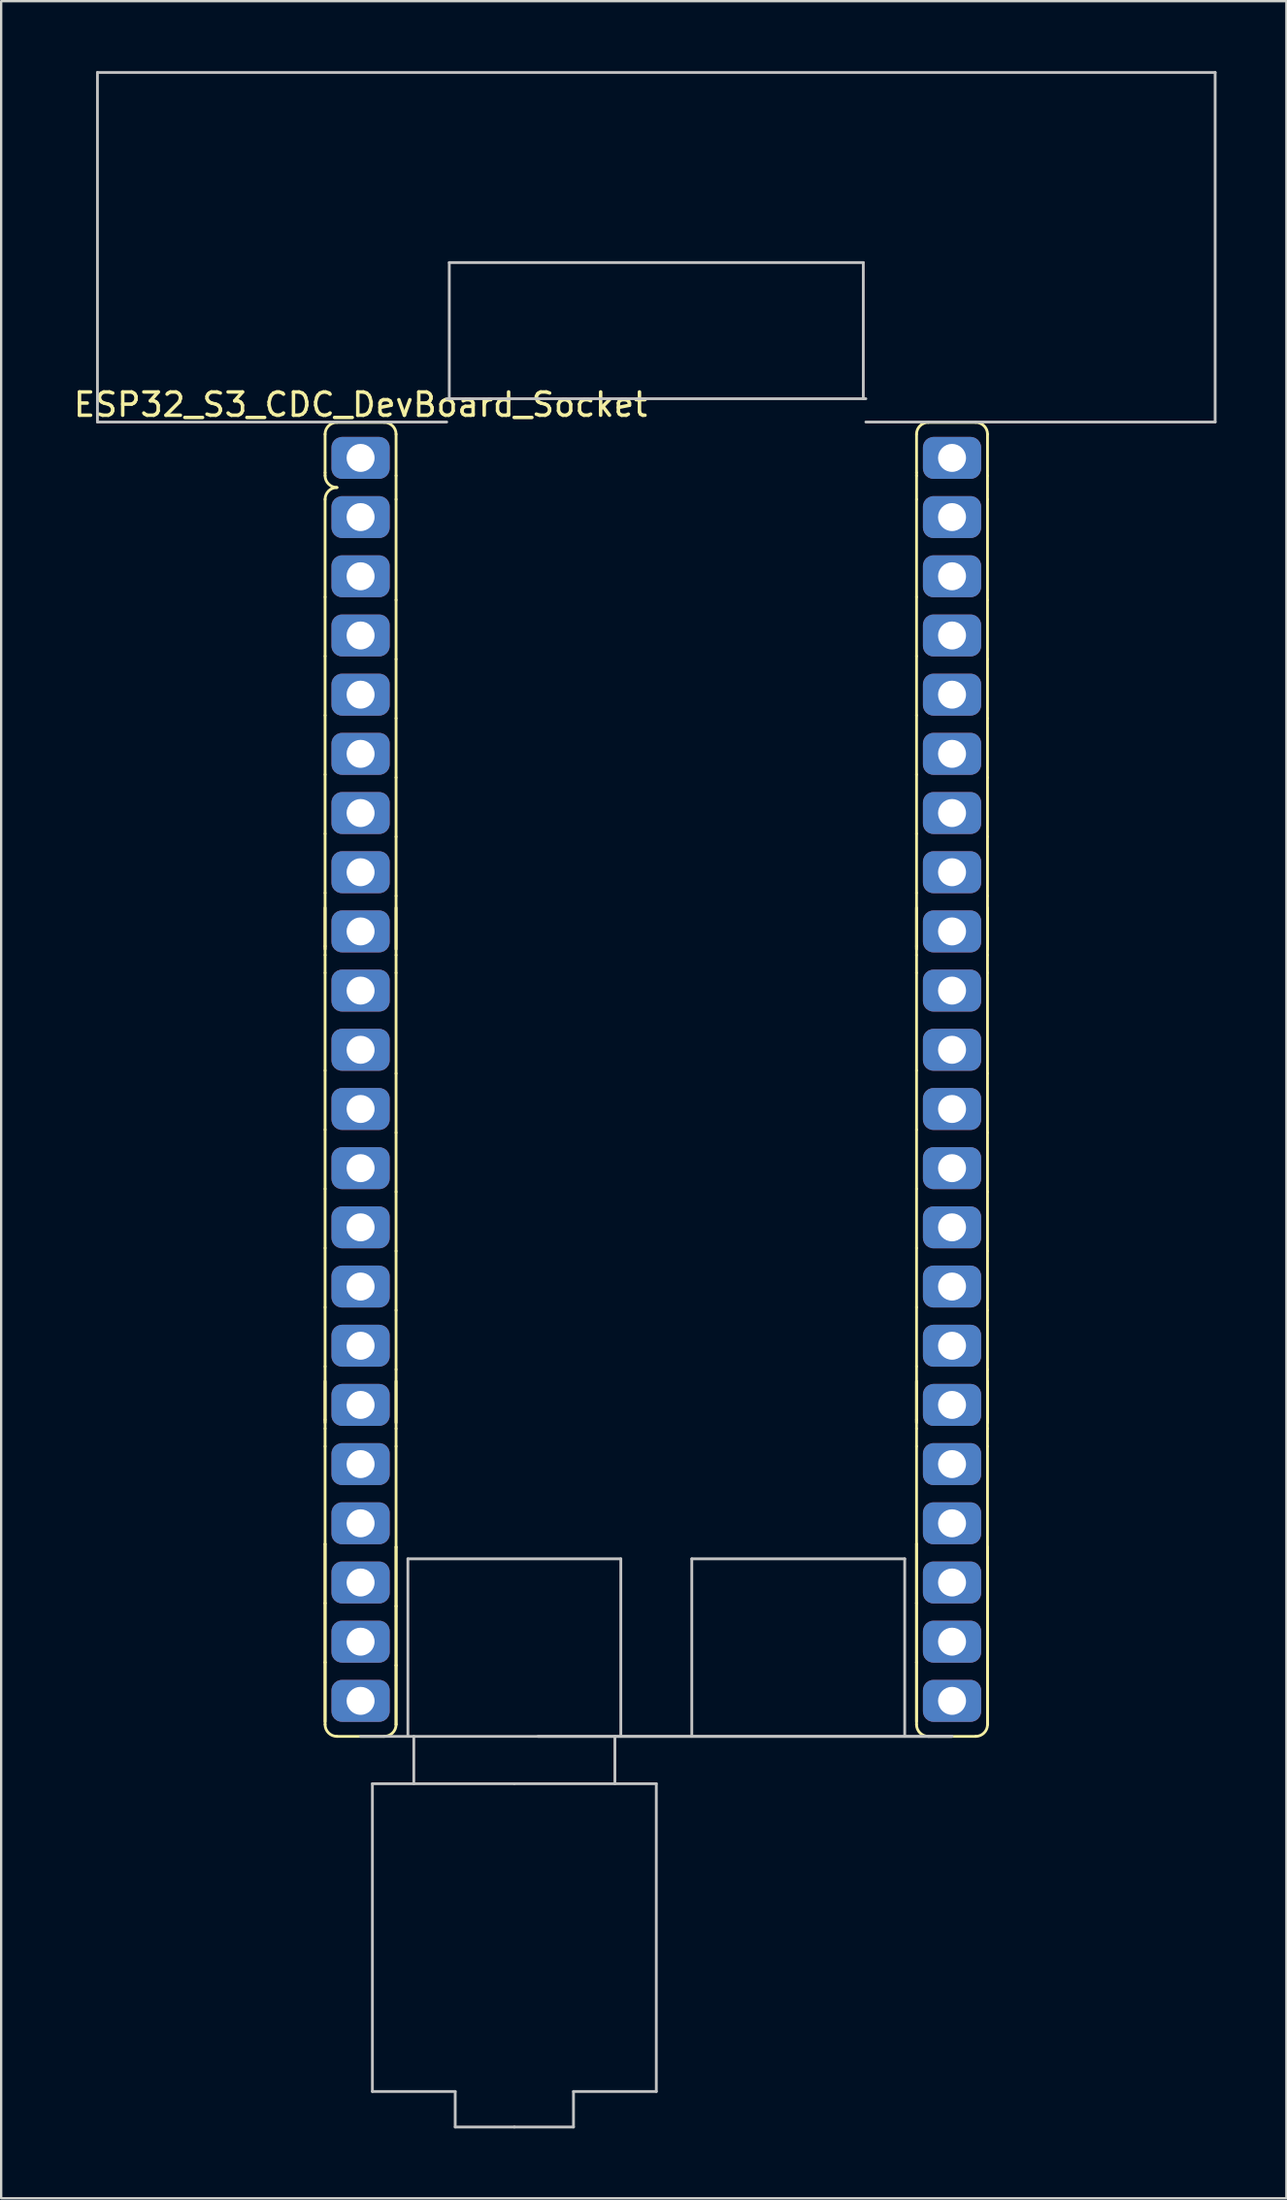
<source format=kicad_pcb>
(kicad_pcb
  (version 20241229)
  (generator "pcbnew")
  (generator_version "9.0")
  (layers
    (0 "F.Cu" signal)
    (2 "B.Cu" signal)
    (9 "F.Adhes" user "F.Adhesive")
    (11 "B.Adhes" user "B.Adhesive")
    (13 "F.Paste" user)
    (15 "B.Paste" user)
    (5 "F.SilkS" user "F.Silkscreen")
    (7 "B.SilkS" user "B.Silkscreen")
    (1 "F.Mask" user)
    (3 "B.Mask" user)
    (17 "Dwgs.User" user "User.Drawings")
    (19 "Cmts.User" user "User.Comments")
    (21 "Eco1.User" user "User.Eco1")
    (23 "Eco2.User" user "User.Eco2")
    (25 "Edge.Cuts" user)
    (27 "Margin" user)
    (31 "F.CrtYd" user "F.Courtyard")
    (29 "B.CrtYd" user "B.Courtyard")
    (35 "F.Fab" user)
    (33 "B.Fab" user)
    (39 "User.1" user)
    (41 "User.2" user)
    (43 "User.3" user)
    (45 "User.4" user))
  (footprint "ESP32_S3_CDC_DevBoard_Socket"
    (layer "F.Cu")
    (at 12.435 16.6)
    (property "Reference" "ESP32_S3_CDC_DevBoard_Socket" (at 0 -2.286 0) (layer "F.SilkS") (effects (font (size 1 1) (thickness 0.15))))
    (attr through_hole)
    (fp_line (start -1.524 0.635) (end -1.524 -1.016) (stroke (width 0.12) (type solid)) (layer "F.SilkS"))
    (fp_line (start -1.524 0.762) (end -1.524 0.635) (stroke (width 0.12) (type solid)) (layer "F.SilkS"))
    (fp_line (start -1.524 5.969) (end -1.524 1.778) (stroke (width 0.12) (type solid)) (layer "F.SilkS"))
    (fp_line (start -1.524 8.509) (end -1.524 5.969) (stroke (width 0.12) (type solid)) (layer "F.SilkS"))
    (fp_line (start -1.524 11.049) (end -1.524 8.509) (stroke (width 0.12) (type solid)) (layer "F.SilkS"))
    (fp_line (start -1.524 13.589) (end -1.524 11.049) (stroke (width 0.12) (type solid)) (layer "F.SilkS"))
    (fp_line (start -1.524 16.129) (end -1.524 13.589) (stroke (width 0.12) (type solid)) (layer "F.SilkS"))
    (fp_line (start -1.524 18.669) (end -1.524 16.129) (stroke (width 0.12) (type solid)) (layer "F.SilkS"))
    (fp_line (start -1.524 18.669) (end -1.524 21.336) (stroke (width 0.12) (type solid)) (layer "F.SilkS"))
    (fp_line (start -1.524 20.955) (end -1.524 19.304) (stroke (width 0.12) (type solid)) (layer "F.SilkS"))
    (fp_line (start -1.524 21.082) (end -1.524 20.955) (stroke (width 0.12) (type solid)) (layer "F.SilkS"))
    (fp_line (start -1.524 21.336) (end -1.524 22.098) (stroke (width 0.12) (type solid)) (layer "F.SilkS"))
    (fp_line (start -1.524 26.289) (end -1.524 22.098) (stroke (width 0.12) (type solid)) (layer "F.SilkS"))
    (fp_line (start -1.524 28.829) (end -1.524 26.289) (stroke (width 0.12) (type solid)) (layer "F.SilkS"))
    (fp_line (start -1.524 31.369) (end -1.524 28.829) (stroke (width 0.12) (type solid)) (layer "F.SilkS"))
    (fp_line (start -1.524 33.909) (end -1.524 31.369) (stroke (width 0.12) (type solid)) (layer "F.SilkS"))
    (fp_line (start -1.524 36.449) (end -1.524 33.909) (stroke (width 0.12) (type solid)) (layer "F.SilkS"))
    (fp_line (start -1.524 38.989) (end -1.524 36.449) (stroke (width 0.12) (type solid)) (layer "F.SilkS"))
    (fp_line (start -1.524 38.989) (end -1.524 41.656) (stroke (width 0.12) (type solid)) (layer "F.SilkS"))
    (fp_line (start -1.524 41.275) (end -1.524 39.624) (stroke (width 0.12) (type solid)) (layer "F.SilkS"))
    (fp_line (start -1.524 41.402) (end -1.524 41.275) (stroke (width 0.12) (type solid)) (layer "F.SilkS"))
    (fp_line (start -1.524 41.656) (end -1.524 42.418) (stroke (width 0.12) (type solid)) (layer "F.SilkS"))
    (fp_line (start -1.524 46.609) (end -1.524 42.418) (stroke (width 0.12) (type solid)) (layer "F.SilkS"))
    (fp_line (start -1.524 49.149) (end -1.524 46.609) (stroke (width 0.12) (type solid)) (layer "F.SilkS"))
    (fp_line (start -1.524 49.149) (end -1.524 46.609) (stroke (width 0.12) (type solid)) (layer "F.SilkS"))
    (fp_line (start -1.524 51.689) (end -1.524 49.149) (stroke (width 0.12) (type solid)) (layer "F.SilkS"))
    (fp_line (start -1.524 51.689) (end -1.524 49.149) (stroke (width 0.12) (type solid)) (layer "F.SilkS"))
    (fp_line (start -1.524 51.689) (end -1.524 54.356) (stroke (width 0.12) (type solid)) (layer "F.SilkS"))
    (fp_line (start -1.524 54.229) (end -1.524 51.689) (stroke (width 0.12) (type solid)) (layer "F.SilkS"))
    (fp_line (start -1.016 -1.524) (end 1.016 -1.524) (stroke (width 0.12) (type solid)) (layer "F.SilkS"))
    (fp_line (start -1.016 54.864) (end 1.016 54.864) (stroke (width 0.12) (type solid)) (layer "F.SilkS"))
    (fp_line (start 1.524 -1.016) (end 1.524 0.762) (stroke (width 0.12) (type solid)) (layer "F.SilkS"))
    (fp_line (start 1.524 0.762) (end 1.524 1.778) (stroke (width 0.12) (type solid)) (layer "F.SilkS"))
    (fp_line (start 1.524 6.096) (end 1.524 1.778) (stroke (width 0.12) (type solid)) (layer "F.SilkS"))
    (fp_line (start 1.524 8.636) (end 1.524 6.096) (stroke (width 0.12) (type solid)) (layer "F.SilkS"))
    (fp_line (start 1.524 11.176) (end 1.524 8.636) (stroke (width 0.12) (type solid)) (layer "F.SilkS"))
    (fp_line (start 1.524 13.716) (end 1.524 11.176) (stroke (width 0.12) (type solid)) (layer "F.SilkS"))
    (fp_line (start 1.524 16.256) (end 1.524 13.716) (stroke (width 0.12) (type solid)) (layer "F.SilkS"))
    (fp_line (start 1.524 18.796) (end 1.524 16.256) (stroke (width 0.12) (type solid)) (layer "F.SilkS"))
    (fp_line (start 1.524 19.304) (end 1.524 21.082) (stroke (width 0.12) (type solid)) (layer "F.SilkS"))
    (fp_line (start 1.524 21.336) (end 1.524 18.796) (stroke (width 0.12) (type solid)) (layer "F.SilkS"))
    (fp_line (start 1.524 21.336) (end 1.524 22.098) (stroke (width 0.12) (type solid)) (layer "F.SilkS"))
    (fp_line (start 1.524 26.416) (end 1.524 22.098) (stroke (width 0.12) (type solid)) (layer "F.SilkS"))
    (fp_line (start 1.524 28.956) (end 1.524 26.416) (stroke (width 0.12) (type solid)) (layer "F.SilkS"))
    (fp_line (start 1.524 31.496) (end 1.524 28.956) (stroke (width 0.12) (type solid)) (layer "F.SilkS"))
    (fp_line (start 1.524 34.036) (end 1.524 31.496) (stroke (width 0.12) (type solid)) (layer "F.SilkS"))
    (fp_line (start 1.524 36.576) (end 1.524 34.036) (stroke (width 0.12) (type solid)) (layer "F.SilkS"))
    (fp_line (start 1.524 39.116) (end 1.524 36.576) (stroke (width 0.12) (type solid)) (layer "F.SilkS"))
    (fp_line (start 1.524 39.624) (end 1.524 41.402) (stroke (width 0.12) (type solid)) (layer "F.SilkS"))
    (fp_line (start 1.524 41.656) (end 1.524 39.116) (stroke (width 0.12) (type solid)) (layer "F.SilkS"))
    (fp_line (start 1.524 41.656) (end 1.524 42.418) (stroke (width 0.12) (type solid)) (layer "F.SilkS"))
    (fp_line (start 1.524 46.736) (end 1.524 42.418) (stroke (width 0.12) (type solid)) (layer "F.SilkS"))
    (fp_line (start 1.524 49.276) (end 1.524 46.736) (stroke (width 0.12) (type solid)) (layer "F.SilkS"))
    (fp_line (start 1.524 49.276) (end 1.524 46.736) (stroke (width 0.12) (type solid)) (layer "F.SilkS"))
    (fp_line (start 1.524 51.816) (end 1.524 49.276) (stroke (width 0.12) (type solid)) (layer "F.SilkS"))
    (fp_line (start 1.524 51.816) (end 1.524 49.276) (stroke (width 0.12) (type solid)) (layer "F.SilkS"))
    (fp_line (start 1.524 54.356) (end 1.524 51.816) (stroke (width 0.12) (type solid)) (layer "F.SilkS"))
    (fp_line (start 1.524 54.356) (end 1.524 51.816) (stroke (width 0.12) (type solid)) (layer "F.SilkS"))
    (fp_line (start 23.876 0.635) (end 23.876 -1.016) (stroke (width 0.12) (type solid)) (layer "F.SilkS"))
    (fp_line (start 23.876 0.762) (end 23.876 0.635) (stroke (width 0.12) (type solid)) (layer "F.SilkS"))
    (fp_line (start 23.876 0.762) (end 23.876 1.778) (stroke (width 0.12) (type solid)) (layer "F.SilkS"))
    (fp_line (start 23.876 5.969) (end 23.876 1.778) (stroke (width 0.12) (type solid)) (layer "F.SilkS"))
    (fp_line (start 23.876 8.509) (end 23.876 5.969) (stroke (width 0.12) (type solid)) (layer "F.SilkS"))
    (fp_line (start 23.876 11.049) (end 23.876 8.509) (stroke (width 0.12) (type solid)) (layer "F.SilkS"))
    (fp_line (start 23.876 13.589) (end 23.876 11.049) (stroke (width 0.12) (type solid)) (layer "F.SilkS"))
    (fp_line (start 23.876 16.129) (end 23.876 13.589) (stroke (width 0.12) (type solid)) (layer "F.SilkS"))
    (fp_line (start 23.876 18.669) (end 23.876 16.129) (stroke (width 0.12) (type solid)) (layer "F.SilkS"))
    (fp_line (start 23.876 18.669) (end 23.876 21.336) (stroke (width 0.12) (type solid)) (layer "F.SilkS"))
    (fp_line (start 23.876 20.955) (end 23.876 19.304) (stroke (width 0.12) (type solid)) (layer "F.SilkS"))
    (fp_line (start 23.876 21.082) (end 23.876 20.955) (stroke (width 0.12) (type solid)) (layer "F.SilkS"))
    (fp_line (start 23.876 21.336) (end 23.876 22.098) (stroke (width 0.12) (type solid)) (layer "F.SilkS"))
    (fp_line (start 23.876 26.289) (end 23.876 22.098) (stroke (width 0.12) (type solid)) (layer "F.SilkS"))
    (fp_line (start 23.876 28.829) (end 23.876 26.289) (stroke (width 0.12) (type solid)) (layer "F.SilkS"))
    (fp_line (start 23.876 31.369) (end 23.876 28.829) (stroke (width 0.12) (type solid)) (layer "F.SilkS"))
    (fp_line (start 23.876 33.909) (end 23.876 31.369) (stroke (width 0.12) (type solid)) (layer "F.SilkS"))
    (fp_line (start 23.876 36.449) (end 23.876 33.909) (stroke (width 0.12) (type solid)) (layer "F.SilkS"))
    (fp_line (start 23.876 38.989) (end 23.876 36.449) (stroke (width 0.12) (type solid)) (layer "F.SilkS"))
    (fp_line (start 23.876 38.989) (end 23.876 41.656) (stroke (width 0.12) (type solid)) (layer "F.SilkS"))
    (fp_line (start 23.876 41.275) (end 23.876 39.624) (stroke (width 0.12) (type solid)) (layer "F.SilkS"))
    (fp_line (start 23.876 41.402) (end 23.876 41.275) (stroke (width 0.12) (type solid)) (layer "F.SilkS"))
    (fp_line (start 23.876 41.656) (end 23.876 42.418) (stroke (width 0.12) (type solid)) (layer "F.SilkS"))
    (fp_line (start 23.876 46.609) (end 23.876 42.418) (stroke (width 0.12) (type solid)) (layer "F.SilkS"))
    (fp_line (start 23.876 49.149) (end 23.876 46.609) (stroke (width 0.12) (type solid)) (layer "F.SilkS"))
    (fp_line (start 23.876 49.149) (end 23.876 46.609) (stroke (width 0.12) (type solid)) (layer "F.SilkS"))
    (fp_line (start 23.876 51.689) (end 23.876 49.149) (stroke (width 0.12) (type solid)) (layer "F.SilkS"))
    (fp_line (start 23.876 51.689) (end 23.876 49.149) (stroke (width 0.12) (type solid)) (layer "F.SilkS"))
    (fp_line (start 23.876 51.689) (end 23.876 54.356) (stroke (width 0.12) (type solid)) (layer "F.SilkS"))
    (fp_line (start 23.876 54.229) (end 23.876 51.689) (stroke (width 0.12) (type solid)) (layer "F.SilkS"))
    (fp_line (start 24.384 -1.524) (end 26.416 -1.524) (stroke (width 0.12) (type solid)) (layer "F.SilkS"))
    (fp_line (start 24.384 54.864) (end 26.416 54.864) (stroke (width 0.12) (type solid)) (layer "F.SilkS"))
    (fp_line (start 26.924 -1.016) (end 26.924 0.762) (stroke (width 0.12) (type solid)) (layer "F.SilkS"))
    (fp_line (start 26.924 0.762) (end 26.924 1.778) (stroke (width 0.12) (type solid)) (layer "F.SilkS"))
    (fp_line (start 26.924 6.096) (end 26.924 1.778) (stroke (width 0.12) (type solid)) (layer "F.SilkS"))
    (fp_line (start 26.924 8.636) (end 26.924 6.096) (stroke (width 0.12) (type solid)) (layer "F.SilkS"))
    (fp_line (start 26.924 11.176) (end 26.924 8.636) (stroke (width 0.12) (type solid)) (layer "F.SilkS"))
    (fp_line (start 26.924 13.716) (end 26.924 11.176) (stroke (width 0.12) (type solid)) (layer "F.SilkS"))
    (fp_line (start 26.924 16.256) (end 26.924 13.716) (stroke (width 0.12) (type solid)) (layer "F.SilkS"))
    (fp_line (start 26.924 18.796) (end 26.924 16.256) (stroke (width 0.12) (type solid)) (layer "F.SilkS"))
    (fp_line (start 26.924 19.304) (end 26.924 21.082) (stroke (width 0.12) (type solid)) (layer "F.SilkS"))
    (fp_line (start 26.924 21.336) (end 26.924 18.796) (stroke (width 0.12) (type solid)) (layer "F.SilkS"))
    (fp_line (start 26.924 21.336) (end 26.924 22.098) (stroke (width 0.12) (type solid)) (layer "F.SilkS"))
    (fp_line (start 26.924 26.416) (end 26.924 22.098) (stroke (width 0.12) (type solid)) (layer "F.SilkS"))
    (fp_line (start 26.924 28.956) (end 26.924 26.416) (stroke (width 0.12) (type solid)) (layer "F.SilkS"))
    (fp_line (start 26.924 31.496) (end 26.924 28.956) (stroke (width 0.12) (type solid)) (layer "F.SilkS"))
    (fp_line (start 26.924 34.036) (end 26.924 31.496) (stroke (width 0.12) (type solid)) (layer "F.SilkS"))
    (fp_line (start 26.924 36.576) (end 26.924 34.036) (stroke (width 0.12) (type solid)) (layer "F.SilkS"))
    (fp_line (start 26.924 39.116) (end 26.924 36.576) (stroke (width 0.12) (type solid)) (layer "F.SilkS"))
    (fp_line (start 26.924 39.624) (end 26.924 41.402) (stroke (width 0.12) (type solid)) (layer "F.SilkS"))
    (fp_line (start 26.924 41.656) (end 26.924 39.116) (stroke (width 0.12) (type solid)) (layer "F.SilkS"))
    (fp_line (start 26.924 41.656) (end 26.924 42.418) (stroke (width 0.12) (type solid)) (layer "F.SilkS"))
    (fp_line (start 26.924 46.736) (end 26.924 42.418) (stroke (width 0.12) (type solid)) (layer "F.SilkS"))
    (fp_line (start 26.924 49.276) (end 26.924 46.736) (stroke (width 0.12) (type solid)) (layer "F.SilkS"))
    (fp_line (start 26.924 49.276) (end 26.924 46.736) (stroke (width 0.12) (type solid)) (layer "F.SilkS"))
    (fp_line (start 26.924 51.816) (end 26.924 49.276) (stroke (width 0.12) (type solid)) (layer "F.SilkS"))
    (fp_line (start 26.924 51.816) (end 26.924 49.276) (stroke (width 0.12) (type solid)) (layer "F.SilkS"))
    (fp_line (start 26.924 54.356) (end 26.924 51.816) (stroke (width 0.12) (type solid)) (layer "F.SilkS"))
    (fp_line (start 26.924 54.356) (end 26.924 51.816) (stroke (width 0.12) (type solid)) (layer "F.SilkS"))
    (fp_arc (start -1.524 -1.016) (mid -1.37521 -1.37521) (end -1.016 -1.524) (stroke (width 0.12) (type solid)) (layer "F.SilkS"))
    (fp_arc (start -1.524 1.778) (mid -1.37521 1.41879) (end -1.016 1.27) (stroke (width 0.12) (type solid)) (layer "F.SilkS"))
    (fp_arc (start -1.016 1.27) (mid -1.37521 1.12121) (end -1.524 0.762) (stroke (width 0.12) (type solid)) (layer "F.SilkS"))
    (fp_arc (start -1.016 54.864) (mid -1.37521 54.71521) (end -1.524 54.356) (stroke (width 0.12) (type solid)) (layer "F.SilkS"))
    (fp_arc (start 1.016 -1.524) (mid 1.37521 -1.37521) (end 1.524 -1.016) (stroke (width 0.12) (type solid)) (layer "F.SilkS"))
    (fp_arc (start 1.524 54.356) (mid 1.37521 54.71521) (end 1.016 54.864) (stroke (width 0.12) (type solid)) (layer "F.SilkS"))
    (fp_arc (start 23.876 -1.016) (mid 24.02479 -1.37521) (end 24.384 -1.524) (stroke (width 0.12) (type solid)) (layer "F.SilkS"))
    (fp_arc (start 24.384 54.864) (mid 24.02479 54.71521) (end 23.876 54.356) (stroke (width 0.12) (type solid)) (layer "F.SilkS"))
    (fp_arc (start 26.416 -1.524) (mid 26.77521 -1.37521) (end 26.924 -1.016) (stroke (width 0.12) (type solid)) (layer "F.SilkS"))
    (fp_arc (start 26.924 54.356) (mid 26.77521 54.71521) (end 26.416 54.864) (stroke (width 0.12) (type solid)) (layer "F.SilkS"))
    (fp_line (start -11.3 -1.54) (end -11.3 -16.54) (stroke (width 0.12) (type solid)) (layer "Dwgs.User"))
    (fp_line (start 0 54.864) (end 25.4 54.864) (stroke (width 0.12) (type solid)) (layer "Dwgs.User"))
    (fp_line (start 0.508 56.896) (end 0.508 70.104) (stroke (width 0.12) (type solid)) (layer "Dwgs.User"))
    (fp_line (start 0.508 70.104) (end 4.064 70.104) (stroke (width 0.12) (type solid)) (layer "Dwgs.User"))
    (fp_line (start 2.032 47.244) (end 2.032 54.864) (stroke (width 0.12) (type solid)) (layer "Dwgs.User"))
    (fp_line (start 2.286 54.864) (end 2.286 56.896) (stroke (width 0.12) (type solid)) (layer "Dwgs.User"))
    (fp_line (start 3.7 -1.54) (end -11.3 -1.54) (stroke (width 0.12) (type solid)) (layer "Dwgs.User"))
    (fp_line (start 3.81 -2.54) (end 3.81 -8.382) (stroke (width 0.12) (type solid)) (layer "Dwgs.User"))
    (fp_line (start 4.064 70.104) (end 4.064 71.628) (stroke (width 0.12) (type solid)) (layer "Dwgs.User"))
    (fp_line (start 4.064 71.628) (end 6.604 71.628) (stroke (width 0.12) (type solid)) (layer "Dwgs.User"))
    (fp_line (start 6.604 56.896) (end 0.508 56.896) (stroke (width 0.12) (type solid)) (layer "Dwgs.User"))
    (fp_line (start 6.604 56.896) (end 12.7 56.896) (stroke (width 0.12) (type solid)) (layer "Dwgs.User"))
    (fp_line (start 9.144 70.104) (end 9.144 71.628) (stroke (width 0.12) (type solid)) (layer "Dwgs.User"))
    (fp_line (start 9.144 71.628) (end 6.604 71.628) (stroke (width 0.12) (type solid)) (layer "Dwgs.User"))
    (fp_line (start 10.922 54.864) (end 10.922 56.896) (stroke (width 0.12) (type solid)) (layer "Dwgs.User"))
    (fp_line (start 11.176 47.244) (end 2.032 47.244) (stroke (width 0.12) (type solid)) (layer "Dwgs.User"))
    (fp_line (start 11.176 54.864) (end 11.176 47.244) (stroke (width 0.12) (type solid)) (layer "Dwgs.User"))
    (fp_line (start 12.7 56.896) (end 12.7 70.104) (stroke (width 0.12) (type solid)) (layer "Dwgs.User"))
    (fp_line (start 12.7 70.104) (end 9.144 70.104) (stroke (width 0.12) (type solid)) (layer "Dwgs.User"))
    (fp_line (start 14.224 47.244) (end 23.368 47.244) (stroke (width 0.12) (type solid)) (layer "Dwgs.User"))
    (fp_line (start 14.224 54.864) (end 14.224 47.244) (stroke (width 0.12) (type solid)) (layer "Dwgs.User"))
    (fp_line (start 21.59 -8.382) (end 3.81 -8.382) (stroke (width 0.12) (type solid)) (layer "Dwgs.User"))
    (fp_line (start 21.59 -2.54) (end 21.59 -8.382) (stroke (width 0.12) (type solid)) (layer "Dwgs.User"))
    (fp_line (start 21.7 -2.54) (end 3.7 -2.54) (stroke (width 0.12) (type solid)) (layer "Dwgs.User"))
    (fp_line (start 23.368 47.244) (end 23.368 54.864) (stroke (width 0.12) (type solid)) (layer "Dwgs.User"))
    (fp_line (start 25.4 54.864) (end 7.62 54.864) (stroke (width 0.12) (type solid)) (layer "Dwgs.User"))
    (fp_line (start 36.7 -16.54) (end -11.3 -16.54) (stroke (width 0.12) (type solid)) (layer "Dwgs.User"))
    (fp_line (start 36.7 -16.54) (end 36.7 -1.54) (stroke (width 0.12) (type solid)) (layer "Dwgs.User"))
    (fp_line (start 36.7 -1.54) (end 21.7 -1.54) (stroke (width 0.12) (type solid)) (layer "Dwgs.User"))
    (pad "1" thru_hole roundrect (at 0 0) (size 2.5 1.8) (drill 1.2) (layers "*.Cu" "*.Mask") (roundrect_rratio 0.25))
    (pad "1" thru_hole roundrect (at 25.4 0) (size 2.5 1.8) (drill 1.2) (layers "*.Cu" "*.Mask") (roundrect_rratio 0.25))
    (pad "2" thru_hole roundrect (at 0 2.54) (size 2.5 1.8) (drill 1.2) (layers "*.Cu" "*.Mask") (roundrect_rratio 0.25))
    (pad "2" thru_hole roundrect (at 25.4 2.54) (size 2.5 1.8) (drill 1.2) (layers "*.Cu" "*.Mask") (roundrect_rratio 0.25))
    (pad "3" thru_hole roundrect (at 0 5.08) (size 2.5 1.8) (drill 1.2) (layers "*.Cu" "*.Mask") (roundrect_rratio 0.25))
    (pad "3" thru_hole roundrect (at 25.4 5.08) (size 2.5 1.8) (drill 1.2) (layers "*.Cu" "*.Mask") (roundrect_rratio 0.25))
    (pad "4" thru_hole roundrect (at 0 7.62) (size 2.5 1.8) (drill 1.2) (layers "*.Cu" "*.Mask") (roundrect_rratio 0.25))
    (pad "4" thru_hole roundrect (at 25.4 7.62) (size 2.5 1.8) (drill 1.2) (layers "*.Cu" "*.Mask") (roundrect_rratio 0.25))
    (pad "5" thru_hole roundrect (at 0 10.16) (size 2.5 1.8) (drill 1.2) (layers "*.Cu" "*.Mask") (roundrect_rratio 0.25))
    (pad "5" thru_hole roundrect (at 25.4 10.16) (size 2.5 1.8) (drill 1.2) (layers "*.Cu" "*.Mask") (roundrect_rratio 0.25))
    (pad "6" thru_hole roundrect (at 0 12.7) (size 2.5 1.8) (drill 1.2) (layers "*.Cu" "*.Mask") (roundrect_rratio 0.25))
    (pad "6" thru_hole roundrect (at 25.4 12.7) (size 2.5 1.8) (drill 1.2) (layers "*.Cu" "*.Mask") (roundrect_rratio 0.25))
    (pad "7" thru_hole roundrect (at 0 15.24) (size 2.5 1.8) (drill 1.2) (layers "*.Cu" "*.Mask") (roundrect_rratio 0.25))
    (pad "7" thru_hole roundrect (at 25.4 15.24) (size 2.5 1.8) (drill 1.2) (layers "*.Cu" "*.Mask") (roundrect_rratio 0.25))
    (pad "8" thru_hole roundrect (at 0 17.78) (size 2.5 1.8) (drill 1.2) (layers "*.Cu" "*.Mask") (roundrect_rratio 0.25))
    (pad "8" thru_hole roundrect (at 25.4 17.78) (size 2.5 1.8) (drill 1.2) (layers "*.Cu" "*.Mask") (roundrect_rratio 0.25))
    (pad "9" thru_hole roundrect (at 0 20.32) (size 2.5 1.8) (drill 1.2) (layers "*.Cu" "*.Mask") (roundrect_rratio 0.25))
    (pad "9" thru_hole roundrect (at 25.4 20.32) (size 2.5 1.8) (drill 1.2) (layers "*.Cu" "*.Mask") (roundrect_rratio 0.25))
    (pad "10" thru_hole roundrect (at 0 22.86) (size 2.5 1.8) (drill 1.2) (layers "*.Cu" "*.Mask") (roundrect_rratio 0.25))
    (pad "10" thru_hole roundrect (at 25.4 22.86) (size 2.5 1.8) (drill 1.2) (layers "*.Cu" "*.Mask") (roundrect_rratio 0.25))
    (pad "11" thru_hole roundrect (at 0 25.4) (size 2.5 1.8) (drill 1.2) (layers "*.Cu" "*.Mask") (roundrect_rratio 0.25))
    (pad "11" thru_hole roundrect (at 25.4 25.4) (size 2.5 1.8) (drill 1.2) (layers "*.Cu" "*.Mask") (roundrect_rratio 0.25))
    (pad "12" thru_hole roundrect (at 0 27.94) (size 2.5 1.8) (drill 1.2) (layers "*.Cu" "*.Mask") (roundrect_rratio 0.25))
    (pad "12" thru_hole roundrect (at 25.4 27.94) (size 2.5 1.8) (drill 1.2) (layers "*.Cu" "*.Mask") (roundrect_rratio 0.25))
    (pad "13" thru_hole roundrect (at 0 30.48) (size 2.5 1.8) (drill 1.2) (layers "*.Cu" "*.Mask") (roundrect_rratio 0.25))
    (pad "13" thru_hole roundrect (at 25.4 30.48) (size 2.5 1.8) (drill 1.2) (layers "*.Cu" "*.Mask") (roundrect_rratio 0.25))
    (pad "14" thru_hole roundrect (at 0 33.02) (size 2.5 1.8) (drill 1.2) (layers "*.Cu" "*.Mask") (roundrect_rratio 0.25))
    (pad "14" thru_hole roundrect (at 25.4 33.02) (size 2.5 1.8) (drill 1.2) (layers "*.Cu" "*.Mask") (roundrect_rratio 0.25))
    (pad "15" thru_hole roundrect (at 0 35.56) (size 2.5 1.8) (drill 1.2) (layers "*.Cu" "*.Mask") (roundrect_rratio 0.25))
    (pad "15" thru_hole roundrect (at 25.4 35.56) (size 2.5 1.8) (drill 1.2) (layers "*.Cu" "*.Mask") (roundrect_rratio 0.25))
    (pad "16" thru_hole roundrect (at 0 38.1) (size 2.5 1.8) (drill 1.2) (layers "*.Cu" "*.Mask") (roundrect_rratio 0.25))
    (pad "16" thru_hole roundrect (at 25.4 38.1) (size 2.5 1.8) (drill 1.2) (layers "*.Cu" "*.Mask") (roundrect_rratio 0.25))
    (pad "17" thru_hole roundrect (at 0 40.64) (size 2.5 1.8) (drill 1.2) (layers "*.Cu" "*.Mask") (roundrect_rratio 0.25))
    (pad "17" thru_hole roundrect (at 25.4 40.64) (size 2.5 1.8) (drill 1.2) (layers "*.Cu" "*.Mask") (roundrect_rratio 0.25))
    (pad "18" thru_hole roundrect (at 0 43.18) (size 2.5 1.8) (drill 1.2) (layers "*.Cu" "*.Mask") (roundrect_rratio 0.25))
    (pad "18" thru_hole roundrect (at 25.4 43.18) (size 2.5 1.8) (drill 1.2) (layers "*.Cu" "*.Mask") (roundrect_rratio 0.25))
    (pad "19" thru_hole roundrect (at 0 45.72) (size 2.5 1.8) (drill 1.2) (layers "*.Cu" "*.Mask") (roundrect_rratio 0.25))
    (pad "19" thru_hole roundrect (at 25.4 45.72) (size 2.5 1.8) (drill 1.2) (layers "*.Cu" "*.Mask") (roundrect_rratio 0.25))
    (pad "20" thru_hole roundrect (at 0 48.26) (size 2.5 1.8) (drill 1.2) (layers "*.Cu" "*.Mask") (roundrect_rratio 0.25))
    (pad "20" thru_hole roundrect (at 25.4 48.26) (size 2.5 1.8) (drill 1.2) (layers "*.Cu" "*.Mask") (roundrect_rratio 0.25))
    (pad "21" thru_hole roundrect (at 0 50.8) (size 2.5 1.8) (drill 1.2) (layers "*.Cu" "*.Mask") (roundrect_rratio 0.25))
    (pad "21" thru_hole roundrect (at 25.4 50.8) (size 2.5 1.8) (drill 1.2) (layers "*.Cu" "*.Mask") (roundrect_rratio 0.25))
    (pad "22" thru_hole roundrect (at 0 53.34) (size 2.5 1.8) (drill 1.2) (layers "*.Cu" "*.Mask") (roundrect_rratio 0.25))
    (pad "22" thru_hole roundrect (at 25.4 53.34) (size 2.5 1.8) (drill 1.2) (layers "*.Cu" "*.Mask") (roundrect_rratio 0.25)))
  (gr_rect
    (start -3 -3)
    (end 52.195 91.288)
    (stroke (width 0.1) (type default))
    (fill no)
    (layer "Edge.Cuts")))
</source>
